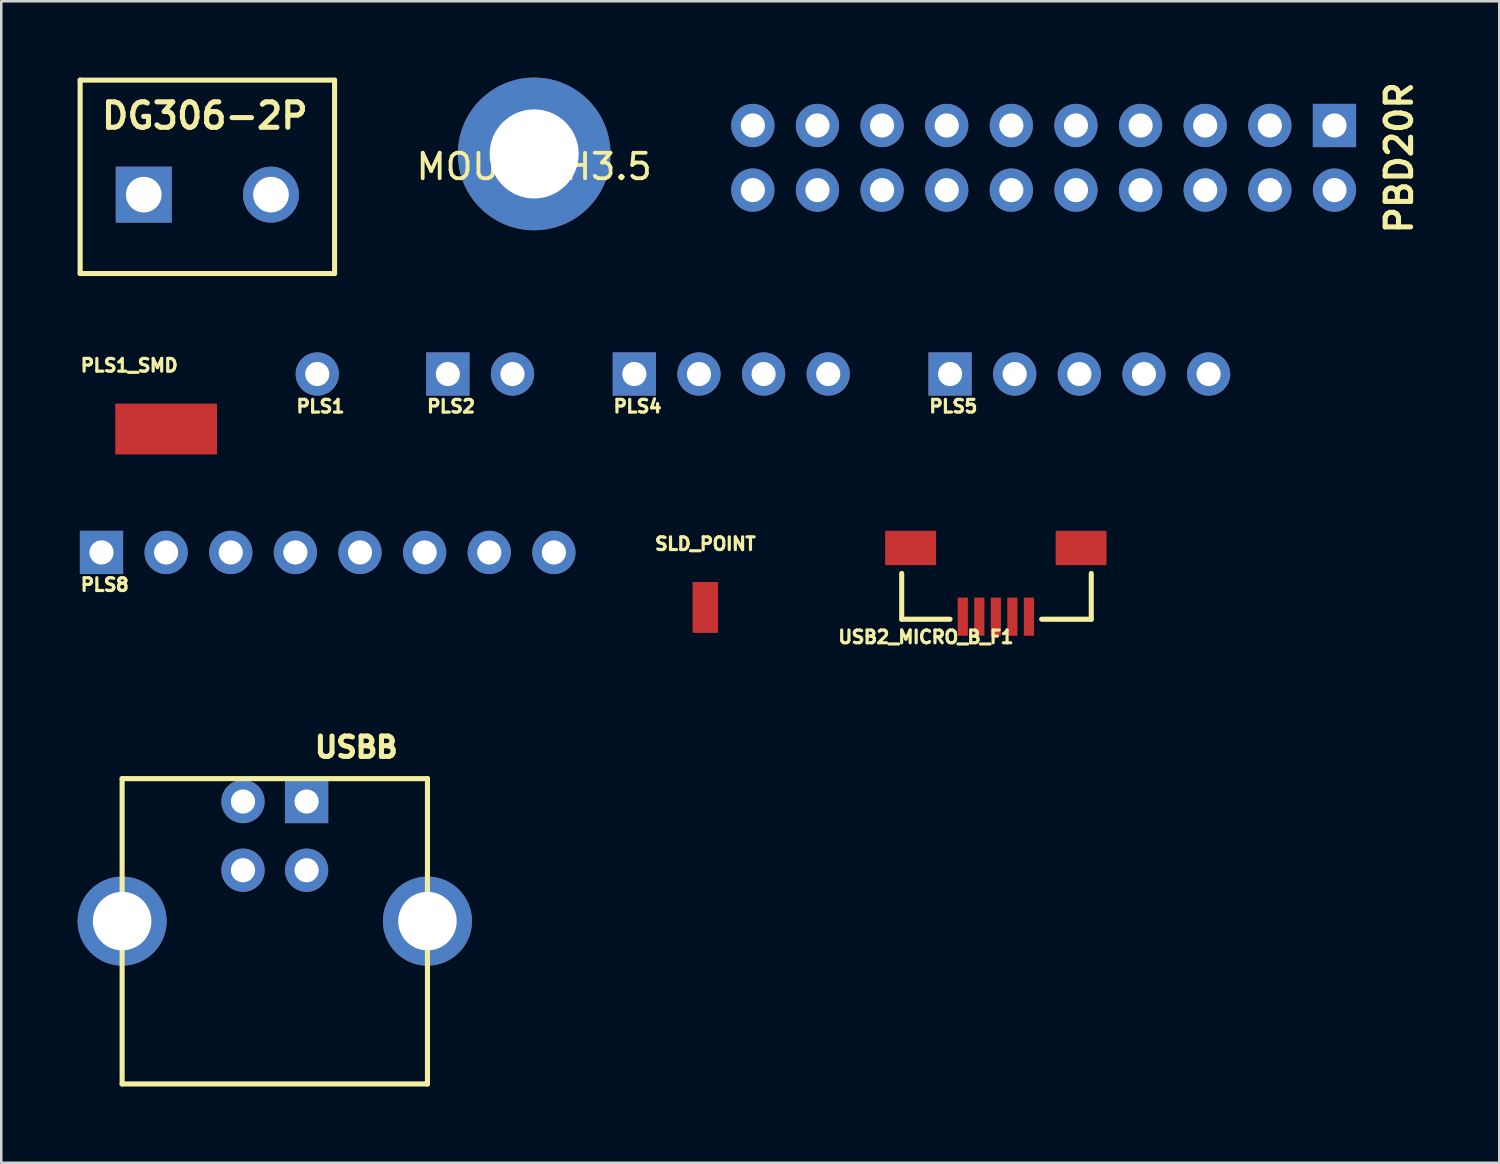
<source format=kicad_pcb>
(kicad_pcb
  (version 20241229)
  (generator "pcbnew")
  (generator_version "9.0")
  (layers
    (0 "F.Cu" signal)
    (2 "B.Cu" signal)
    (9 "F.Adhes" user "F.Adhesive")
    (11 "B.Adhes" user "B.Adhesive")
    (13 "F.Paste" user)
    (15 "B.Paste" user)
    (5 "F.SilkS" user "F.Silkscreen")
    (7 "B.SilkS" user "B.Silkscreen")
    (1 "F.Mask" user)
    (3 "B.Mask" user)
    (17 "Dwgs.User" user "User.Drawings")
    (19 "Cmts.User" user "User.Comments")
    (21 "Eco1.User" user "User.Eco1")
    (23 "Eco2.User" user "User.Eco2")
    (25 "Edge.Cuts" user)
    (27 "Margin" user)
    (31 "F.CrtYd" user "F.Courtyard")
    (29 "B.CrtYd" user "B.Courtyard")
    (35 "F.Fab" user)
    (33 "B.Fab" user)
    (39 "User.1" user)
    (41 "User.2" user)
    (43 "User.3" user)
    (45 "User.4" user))
  (footprint "PLS2"
    (layer "F.Cu")
    (at 14.552 11.65)
    (property "Reference" "PLS2" (at 0.127 1.27 0) (layer "F.SilkS") (effects (font (size 0.5 0.5) (thickness 0.125))))
    (attr through_hole)
    (pad "1" thru_hole rect (at 0 0) (size 1.7 1.7) (drill 0.95) (layers "*.Cu" "*.Mask"))
    (pad "2" thru_hole circle (at 2.54 0) (size 1.7 1.7) (drill 0.95) (layers "*.Cu" "*.Mask")))
  (footprint "PLS8"
    (layer "F.Cu")
    (at 0.939 18.662)
    (property "Reference" "PLS8" (at 0.127 1.27 0) (layer "F.SilkS") (effects (font (size 0.5 0.5) (thickness 0.125))))
    (attr through_hole)
    (pad "1" thru_hole rect (at 0 0) (size 1.7 1.7) (drill 0.95) (layers "*.Cu" "*.Mask"))
    (pad "2" thru_hole circle (at 2.54 0) (size 1.7 1.7) (drill 0.95) (layers "*.Cu" "*.Mask"))
    (pad "3" thru_hole circle (at 5.08 0) (size 1.7 1.7) (drill 0.95) (layers "*.Cu" "*.Mask"))
    (pad "4" thru_hole circle (at 7.62 0) (size 1.7 1.7) (drill 0.95) (layers "*.Cu" "*.Mask"))
    (pad "5" thru_hole circle (at 10.16 0) (size 1.7 1.7) (drill 0.95) (layers "*.Cu" "*.Mask"))
    (pad "6" thru_hole circle (at 12.7 0) (size 1.7 1.7) (drill 0.95) (layers "*.Cu" "*.Mask"))
    (pad "7" thru_hole circle (at 15.24 0) (size 1.7 1.7) (drill 0.95) (layers "*.Cu" "*.Mask"))
    (pad "8" thru_hole circle (at 17.78 0) (size 1.7 1.7) (drill 0.95) (layers "*.Cu" "*.Mask")))
  (footprint "DG306-2P"
    (layer "F.Cu")
    (at 2.6 4.6)
    (property "Reference" "DG306-2P" (at 2.4 -3.1 0) (layer "F.SilkS") (effects (font (size 1 1) (thickness 0.2))))
    (attr through_hole)
    (fp_line (start -2.5 -4.5) (end 7.5 -4.5) (stroke (width 0.2) (type solid)) (layer "F.SilkS"))
    (fp_line (start -2.5 3.1) (end -2.5 -4.5) (stroke (width 0.2) (type solid)) (layer "F.SilkS"))
    (fp_line (start 7.5 -4.5) (end 7.5 3.1) (stroke (width 0.2) (type solid)) (layer "F.SilkS"))
    (fp_line (start 7.5 3.1) (end -2.5 3.1) (stroke (width 0.2) (type solid)) (layer "F.SilkS"))
    (pad "1" thru_hole rect (at 0 0) (size 2.2 2.2) (drill 1.4) (layers "*.Cu" "*.Mask"))
    (pad "2" thru_hole circle (at 5 0) (size 2.2 2.2) (drill 1.4) (layers "*.Cu" "*.Mask")))
  (footprint "USBB"
    (layer "F.Cu")
    (at 7.75 31.152)
    (property "Reference" "USBB" (at 3.202 -4.834 0) (layer "F.SilkS") (effects (font (size 0.8 0.8) (thickness 0.2))))
    (attr through_hole)
    (fp_line (start -6 -3.6) (end -6 8.4) (stroke (width 0.2) (type solid)) (layer "F.SilkS"))
    (fp_line (start -6 8.4) (end 6 8.4) (stroke (width 0.2) (type solid)) (layer "F.SilkS"))
    (fp_line (start 6 -3.6) (end -6 -3.6) (stroke (width 0.2) (type solid)) (layer "F.SilkS"))
    (fp_line (start 6 8.4) (end 6 -3.6) (stroke (width 0.2) (type solid)) (layer "F.SilkS"))
    (pad "1" thru_hole rect (at 1.25 -2.7) (size 1.7 1.7) (drill 0.95) (layers "*.Cu" "*.Mask"))
    (pad "2" thru_hole circle (at -1.25 -2.7) (size 1.7 1.7) (drill 0.95) (layers "*.Cu" "*.Mask"))
    (pad "3" thru_hole circle (at -1.25 0) (size 1.7 1.7) (drill 0.95) (layers "*.Cu" "*.Mask"))
    (pad "4" thru_hole circle (at 1.25 0) (size 1.7 1.7) (drill 0.95) (layers "*.Cu" "*.Mask"))
    (pad "5" thru_hole circle (at -6 2) (size 3.5 3.5) (drill 2.3) (layers "*.Cu" "*.Mask"))
    (pad "6" thru_hole circle (at 6 2) (size 3.5 3.5) (drill 2.3) (layers "*.Cu" "*.Mask")))
  (footprint "PLS5"
    (layer "F.Cu")
    (at 34.29 11.65)
    (property "Reference" "PLS5" (at 0.127 1.27 0) (layer "F.SilkS") (effects (font (size 0.5 0.5) (thickness 0.125))))
    (attr through_hole)
    (pad "1" thru_hole rect (at 0 0) (size 1.7 1.7) (drill 0.95) (layers "*.Cu" "*.Mask"))
    (pad "2" thru_hole circle (at 2.54 0) (size 1.7 1.7) (drill 0.95) (layers "*.Cu" "*.Mask"))
    (pad "3" thru_hole circle (at 5.08 0) (size 1.7 1.7) (drill 0.95) (layers "*.Cu" "*.Mask"))
    (pad "4" thru_hole circle (at 7.62 0) (size 1.7 1.7) (drill 0.95) (layers "*.Cu" "*.Mask"))
    (pad "5" thru_hole circle (at 10.16 0) (size 1.7 1.7) (drill 0.95) (layers "*.Cu" "*.Mask")))
  (footprint "PLS4"
    (layer "F.Cu")
    (at 21.881 11.65)
    (property "Reference" "PLS4" (at 0.127 1.27 0) (layer "F.SilkS") (effects (font (size 0.5 0.5) (thickness 0.125))))
    (attr through_hole)
    (pad "1" thru_hole rect (at 0 0) (size 1.7 1.7) (drill 0.95) (layers "*.Cu" "*.Mask"))
    (pad "2" thru_hole circle (at 2.54 0) (size 1.7 1.7) (drill 0.95) (layers "*.Cu" "*.Mask"))
    (pad "3" thru_hole circle (at 5.08 0) (size 1.7 1.7) (drill 0.95) (layers "*.Cu" "*.Mask"))
    (pad "4" thru_hole circle (at 7.62 0) (size 1.7 1.7) (drill 0.95) (layers "*.Cu" "*.Mask")))
  (footprint "PBD20R"
    (layer "F.Cu")
    (at 26.538 1.882)
    (property "Reference" "PBD20R" (at 25.4 1.27 90) (layer "F.SilkS") (effects (font (size 1 1) (thickness 0.2))))
    (attr through_hole)
    (pad "1" thru_hole rect (at 22.86 0) (size 1.7 1.7) (drill 0.95) (layers "*.Cu" "*.Mask"))
    (pad "2" thru_hole circle (at 22.86 2.54) (size 1.7 1.7) (drill 0.95) (layers "*.Cu" "*.Mask"))
    (pad "3" thru_hole circle (at 20.32 0) (size 1.7 1.7) (drill 0.95) (layers "*.Cu" "*.Mask"))
    (pad "4" thru_hole circle (at 20.32 2.54) (size 1.7 1.7) (drill 0.95) (layers "*.Cu" "*.Mask"))
    (pad "5" thru_hole circle (at 17.78 0) (size 1.7 1.7) (drill 0.95) (layers "*.Cu" "*.Mask"))
    (pad "6" thru_hole circle (at 17.78 2.54) (size 1.7 1.7) (drill 0.95) (layers "*.Cu" "*.Mask"))
    (pad "7" thru_hole circle (at 15.24 0) (size 1.7 1.7) (drill 0.95) (layers "*.Cu" "*.Mask"))
    (pad "8" thru_hole circle (at 15.24 2.54) (size 1.7 1.7) (drill 0.95) (layers "*.Cu" "*.Mask"))
    (pad "9" thru_hole circle (at 12.7 0) (size 1.7 1.7) (drill 0.95) (layers "*.Cu" "*.Mask"))
    (pad "10" thru_hole circle (at 12.7 2.54) (size 1.7 1.7) (drill 0.95) (layers "*.Cu" "*.Mask"))
    (pad "11" thru_hole circle (at 10.16 0) (size 1.7 1.7) (drill 0.95) (layers "*.Cu" "*.Mask"))
    (pad "12" thru_hole circle (at 10.16 2.54) (size 1.7 1.7) (drill 0.95) (layers "*.Cu" "*.Mask"))
    (pad "13" thru_hole circle (at 7.62 0) (size 1.7 1.7) (drill 0.95) (layers "*.Cu" "*.Mask"))
    (pad "14" thru_hole circle (at 7.62 2.54) (size 1.7 1.7) (drill 0.95) (layers "*.Cu" "*.Mask"))
    (pad "15" thru_hole circle (at 5.08 0) (size 1.7 1.7) (drill 0.95) (layers "*.Cu" "*.Mask"))
    (pad "16" thru_hole circle (at 5.08 2.54) (size 1.7 1.7) (drill 0.95) (layers "*.Cu" "*.Mask"))
    (pad "17" thru_hole circle (at 2.54 0) (size 1.7 1.7) (drill 0.95) (layers "*.Cu" "*.Mask"))
    (pad "18" thru_hole circle (at 2.54 2.54) (size 1.7 1.7) (drill 0.95) (layers "*.Cu" "*.Mask"))
    (pad "19" thru_hole circle (at 0 0) (size 1.7 1.7) (drill 0.95) (layers "*.Cu" "*.Mask"))
    (pad "20" thru_hole circle (at 0 2.54) (size 1.7 1.7) (drill 0.95) (layers "*.Cu" "*.Mask")))
  (footprint "MOUNT_H3.5"
    (layer "F.Cu")
    (at 17.944 3)
    (property "Reference" "MOUNT_H3.5" (at 0 0.5 0) (layer "F.SilkS") (effects (font (size 1 1) (thickness 0.15))))
    (attr through_hole)
    (pad "1" thru_hole circle (at 0 0) (size 6 6) (drill 3.5) (layers "*.Cu" "*.Mask")))
  (footprint "SLD_POINT"
    (layer "F.Cu")
    (at 24.671 20.824)
    (property "Reference" "SLD_POINT" (at 0 -2.5 0) (layer "F.SilkS") (effects (font (size 0.5 0.5) (thickness 0.125))))
    (attr through_hole)
    (pad "1" smd rect (at 0 0) (size 1 2) (layers "F.Cu" "F.Mask" "F.Paste")))
  (footprint "PLS1"
    (layer "F.Cu")
    (at 9.419 11.65)
    (property "Reference" "PLS1" (at 0.127 1.27 0) (layer "F.SilkS") (effects (font (size 0.5 0.5) (thickness 0.125))))
    (attr through_hole)
    (pad "1" thru_hole circle (at 0 0) (size 1.7 1.7) (drill 0.95) (layers "*.Cu" "*.Mask")))
  (footprint "PLS1_SMD"
    (layer "F.Cu")
    (at 2.03 13.812)
    (property "Reference" "PLS1_SMD" (at 0 -2.5 0) (layer "F.SilkS") (effects (font (size 0.5 0.5) (thickness 0.125))))
    (attr through_hole)
    (pad "1" smd rect (at 1.45 0) (size 4 2) (layers "F.Cu" "F.Mask" "F.Paste")))
  (footprint "USB2_MICRO_B_F1"
    (layer "F.Cu")
    (at 34.789 20.387)
    (property "Reference" "USB2_MICRO_B_F1" (at -1.45 1.6 0) (layer "F.SilkS") (effects (font (size 0.5 0.5) (thickness 0.125))))
    (attr through_hole)
    (fp_line (start -2.4 -0.9) (end -2.4 0.9) (stroke (width 0.2) (type solid)) (layer "F.SilkS"))
    (fp_line (start -2.4 0.9) (end -0.5 0.9) (stroke (width 0.2) (type solid)) (layer "F.SilkS"))
    (fp_line (start 5.05 -0.9) (end 5.05 0.9) (stroke (width 0.2) (type solid)) (layer "F.SilkS"))
    (fp_line (start 5.05 0.9) (end 3.1 0.9) (stroke (width 0.2) (type solid)) (layer "F.SilkS"))
    (pad "1" smd rect (at 2.6 0.8) (size 0.4 1.5) (layers "F.Cu" "F.Mask" "F.Paste"))
    (pad "2" smd rect (at 1.95 0.8) (size 0.4 1.5) (layers "F.Cu" "F.Mask" "F.Paste"))
    (pad "3" smd rect (at 1.3 0.8) (size 0.4 1.5) (layers "F.Cu" "F.Mask" "F.Paste"))
    (pad "4" smd rect (at 0.65 0.8) (size 0.4 1.5) (layers "F.Cu" "F.Mask" "F.Paste"))
    (pad "5" smd rect (at 0 0.8) (size 0.4 1.5) (layers "F.Cu" "F.Mask" "F.Paste"))
    (pad "6" smd rect (at -2.05 -1.9) (size 2 1.35) (layers "F.Cu" "F.Mask" "F.Paste"))
    (pad "7" smd rect (at 4.65 -1.9) (size 2 1.35) (layers "F.Cu" "F.Mask" "F.Paste")))
  (gr_rect
    (start -3 -3)
    (end 55.874 42.652)
    (stroke (width 0.1) (type default))
    (fill no)
    (layer "Edge.Cuts")))
</source>
